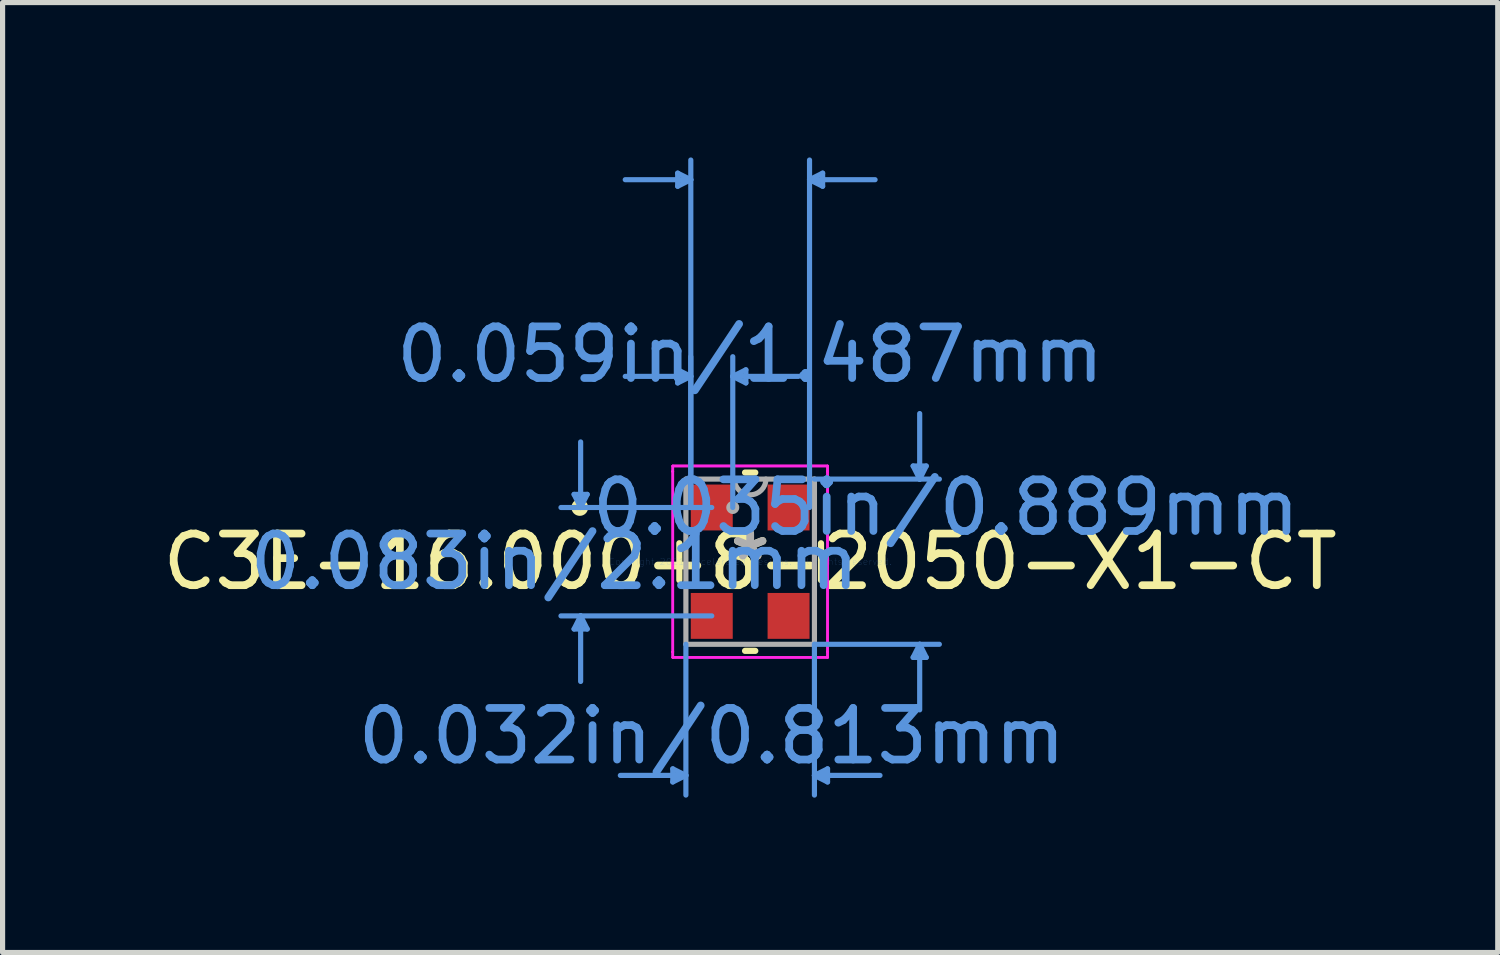
<source format=kicad_pcb>
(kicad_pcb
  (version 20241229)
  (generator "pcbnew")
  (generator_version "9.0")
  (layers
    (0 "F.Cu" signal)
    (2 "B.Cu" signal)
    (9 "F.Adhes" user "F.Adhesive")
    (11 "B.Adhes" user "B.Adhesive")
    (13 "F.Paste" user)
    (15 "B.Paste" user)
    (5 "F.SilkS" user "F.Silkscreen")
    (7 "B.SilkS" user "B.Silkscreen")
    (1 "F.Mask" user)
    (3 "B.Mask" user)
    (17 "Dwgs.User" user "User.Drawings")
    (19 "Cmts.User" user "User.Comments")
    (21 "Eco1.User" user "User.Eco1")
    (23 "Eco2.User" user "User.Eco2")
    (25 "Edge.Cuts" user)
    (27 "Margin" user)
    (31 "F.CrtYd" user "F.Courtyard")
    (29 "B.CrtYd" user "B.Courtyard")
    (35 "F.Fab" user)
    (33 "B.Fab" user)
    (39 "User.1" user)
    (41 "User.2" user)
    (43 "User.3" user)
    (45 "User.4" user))
  (footprint "C3E-16.000-8-2050-X1-CT"
    (layer "F.Cu")
    (at 11.482 7.831)
    (property "Reference" "C3E-16.000-8-2050-X1-CT" (at 0 0 0) (layer "F.SilkS") (effects (font (size 1 1) (thickness 0.15))))
    (attr through_hole)
    (fp_line (start -1.372 -0.357) (end -1.372 0.357) (stroke (width 0.12) (type solid)) (layer "F.SilkS"))
    (fp_line (start -0.099 1.727) (end 0.099 1.727) (stroke (width 0.12) (type solid)) (layer "F.SilkS"))
    (fp_line (start 0.099 -1.727) (end -0.099 -1.727) (stroke (width 0.12) (type solid)) (layer "F.SilkS"))
    (fp_line (start 1.372 0.357) (end 1.372 -0.357) (stroke (width 0.12) (type solid)) (layer "F.SilkS"))
    (fp_circle (center -3.301 -1.05) (end -3.199 -1.05) (stroke (width 0.12) (type solid)) (fill no) (layer "F.SilkS"))
    (fp_line (start -3.411 -1.304) (end -3.157 -1.304) (stroke (width 0.1) (type solid)) (layer "Cmts.User"))
    (fp_line (start -3.411 1.304) (end -3.157 1.304) (stroke (width 0.1) (type solid)) (layer "Cmts.User"))
    (fp_line (start -3.284 -1.05) (end -3.411 -1.304) (stroke (width 0.1) (type solid)) (layer "Cmts.User"))
    (fp_line (start -3.284 -1.05) (end -3.284 -2.32) (stroke (width 0.1) (type solid)) (layer "Cmts.User"))
    (fp_line (start -3.284 -1.05) (end -3.157 -1.304) (stroke (width 0.1) (type solid)) (layer "Cmts.User"))
    (fp_line (start -3.284 1.05) (end -3.411 1.304) (stroke (width 0.1) (type solid)) (layer "Cmts.User"))
    (fp_line (start -3.284 1.05) (end -3.284 2.32) (stroke (width 0.1) (type solid)) (layer "Cmts.User"))
    (fp_line (start -3.284 1.05) (end -3.157 1.304) (stroke (width 0.1) (type solid)) (layer "Cmts.User"))
    (fp_line (start -1.499 4.013) (end -1.499 4.267) (stroke (width 0.1) (type solid)) (layer "Cmts.User"))
    (fp_line (start -1.404 -7.527) (end -1.404 -7.273) (stroke (width 0.1) (type solid)) (layer "Cmts.User"))
    (fp_line (start -1.404 -3.717) (end -1.404 -3.463) (stroke (width 0.1) (type solid)) (layer "Cmts.User"))
    (fp_line (start -1.245 1.6) (end -1.245 4.521) (stroke (width 0.1) (type solid)) (layer "Cmts.User"))
    (fp_line (start -1.245 4.14) (end -2.515 4.14) (stroke (width 0.1) (type solid)) (layer "Cmts.User"))
    (fp_line (start -1.245 4.14) (end -1.499 4.013) (stroke (width 0.1) (type solid)) (layer "Cmts.User"))
    (fp_line (start -1.245 4.14) (end -1.499 4.267) (stroke (width 0.1) (type solid)) (layer "Cmts.User"))
    (fp_line (start -1.15 -7.4) (end -2.42 -7.4) (stroke (width 0.1) (type solid)) (layer "Cmts.User"))
    (fp_line (start -1.15 -7.4) (end -1.404 -7.527) (stroke (width 0.1) (type solid)) (layer "Cmts.User"))
    (fp_line (start -1.15 -7.4) (end -1.404 -7.273) (stroke (width 0.1) (type solid)) (layer "Cmts.User"))
    (fp_line (start -1.15 -3.59) (end -2.42 -3.59) (stroke (width 0.1) (type solid)) (layer "Cmts.User"))
    (fp_line (start -1.15 -3.59) (end -1.404 -3.717) (stroke (width 0.1) (type solid)) (layer "Cmts.User"))
    (fp_line (start -1.15 -3.59) (end -1.404 -3.463) (stroke (width 0.1) (type solid)) (layer "Cmts.User"))
    (fp_line (start -1.15 -1.05) (end -1.15 -7.781) (stroke (width 0.1) (type solid)) (layer "Cmts.User"))
    (fp_line (start -1.15 -1.05) (end -1.15 -3.971) (stroke (width 0.1) (type solid)) (layer "Cmts.User"))
    (fp_line (start -0.744 -1.05) (end -3.665 -1.05) (stroke (width 0.1) (type solid)) (layer "Cmts.User"))
    (fp_line (start -0.744 1.05) (end -3.665 1.05) (stroke (width 0.1) (type solid)) (layer "Cmts.User"))
    (fp_line (start -0.337 -3.59) (end -0.083 -3.717) (stroke (width 0.1) (type solid)) (layer "Cmts.User"))
    (fp_line (start -0.337 -3.59) (end -0.083 -3.463) (stroke (width 0.1) (type solid)) (layer "Cmts.User"))
    (fp_line (start -0.337 -3.59) (end 0.933 -3.59) (stroke (width 0.1) (type solid)) (layer "Cmts.User"))
    (fp_line (start -0.337 -1.05) (end -0.337 -3.971) (stroke (width 0.1) (type solid)) (layer "Cmts.User"))
    (fp_line (start -0.083 -3.717) (end -0.083 -3.463) (stroke (width 0.1) (type solid)) (layer "Cmts.User"))
    (fp_line (start 1.15 -7.4) (end 1.404 -7.527) (stroke (width 0.1) (type solid)) (layer "Cmts.User"))
    (fp_line (start 1.15 -7.4) (end 1.404 -7.273) (stroke (width 0.1) (type solid)) (layer "Cmts.User"))
    (fp_line (start 1.15 -7.4) (end 2.42 -7.4) (stroke (width 0.1) (type solid)) (layer "Cmts.User"))
    (fp_line (start 1.15 -1.05) (end 1.15 -7.781) (stroke (width 0.1) (type solid)) (layer "Cmts.User"))
    (fp_line (start 1.245 -1.6) (end 3.665 -1.6) (stroke (width 0.1) (type solid)) (layer "Cmts.User"))
    (fp_line (start 1.245 1.6) (end 1.245 4.521) (stroke (width 0.1) (type solid)) (layer "Cmts.User"))
    (fp_line (start 1.245 1.6) (end 3.665 1.6) (stroke (width 0.1) (type solid)) (layer "Cmts.User"))
    (fp_line (start 1.245 4.14) (end 1.499 4.013) (stroke (width 0.1) (type solid)) (layer "Cmts.User"))
    (fp_line (start 1.245 4.14) (end 1.499 4.267) (stroke (width 0.1) (type solid)) (layer "Cmts.User"))
    (fp_line (start 1.245 4.14) (end 2.515 4.14) (stroke (width 0.1) (type solid)) (layer "Cmts.User"))
    (fp_line (start 1.404 -7.527) (end 1.404 -7.273) (stroke (width 0.1) (type solid)) (layer "Cmts.User"))
    (fp_line (start 1.499 4.013) (end 1.499 4.267) (stroke (width 0.1) (type solid)) (layer "Cmts.User"))
    (fp_line (start 3.157 -1.854) (end 3.411 -1.854) (stroke (width 0.1) (type solid)) (layer "Cmts.User"))
    (fp_line (start 3.157 1.854) (end 3.411 1.854) (stroke (width 0.1) (type solid)) (layer "Cmts.User"))
    (fp_line (start 3.284 -1.6) (end 3.157 -1.854) (stroke (width 0.1) (type solid)) (layer "Cmts.User"))
    (fp_line (start 3.284 -1.6) (end 3.284 -2.87) (stroke (width 0.1) (type solid)) (layer "Cmts.User"))
    (fp_line (start 3.284 -1.6) (end 3.411 -1.854) (stroke (width 0.1) (type solid)) (layer "Cmts.User"))
    (fp_line (start 3.284 1.6) (end 3.157 1.854) (stroke (width 0.1) (type solid)) (layer "Cmts.User"))
    (fp_line (start 3.284 1.6) (end 3.284 2.87) (stroke (width 0.1) (type solid)) (layer "Cmts.User"))
    (fp_line (start 3.284 1.6) (end 3.411 1.854) (stroke (width 0.1) (type solid)) (layer "Cmts.User"))
    (fp_line (start -1.499 -1.854) (end 1.499 -1.854) (stroke (width 0.05) (type solid)) (layer "F.CrtYd"))
    (fp_line (start -1.499 -1.854) (end 1.499 -1.854) (stroke (width 0.05) (type solid)) (layer "F.CrtYd"))
    (fp_line (start -1.499 -1.748) (end -1.499 -1.854) (stroke (width 0.05) (type solid)) (layer "F.CrtYd"))
    (fp_line (start -1.499 -1.748) (end -1.499 -1.854) (stroke (width 0.05) (type solid)) (layer "F.CrtYd"))
    (fp_line (start -1.499 -1.748) (end -1.499 -1.748) (stroke (width 0.05) (type solid)) (layer "F.CrtYd"))
    (fp_line (start -1.499 -1.748) (end -1.499 -1.748) (stroke (width 0.05) (type solid)) (layer "F.CrtYd"))
    (fp_line (start -1.499 1.748) (end -1.499 -1.748) (stroke (width 0.05) (type solid)) (layer "F.CrtYd"))
    (fp_line (start -1.499 1.748) (end -1.499 -1.748) (stroke (width 0.05) (type solid)) (layer "F.CrtYd"))
    (fp_line (start -1.499 1.748) (end -1.499 1.748) (stroke (width 0.05) (type solid)) (layer "F.CrtYd"))
    (fp_line (start -1.499 1.748) (end -1.499 1.748) (stroke (width 0.05) (type solid)) (layer "F.CrtYd"))
    (fp_line (start -1.499 1.854) (end -1.499 1.748) (stroke (width 0.05) (type solid)) (layer "F.CrtYd"))
    (fp_line (start -1.499 1.854) (end -1.499 1.748) (stroke (width 0.05) (type solid)) (layer "F.CrtYd"))
    (fp_line (start 1.499 -1.854) (end 1.499 -1.748) (stroke (width 0.05) (type solid)) (layer "F.CrtYd"))
    (fp_line (start 1.499 -1.854) (end 1.499 -1.748) (stroke (width 0.05) (type solid)) (layer "F.CrtYd"))
    (fp_line (start 1.499 -1.748) (end 1.499 -1.748) (stroke (width 0.05) (type solid)) (layer "F.CrtYd"))
    (fp_line (start 1.499 -1.748) (end 1.499 -1.748) (stroke (width 0.05) (type solid)) (layer "F.CrtYd"))
    (fp_line (start 1.499 -1.748) (end 1.499 1.748) (stroke (width 0.05) (type solid)) (layer "F.CrtYd"))
    (fp_line (start 1.499 -1.748) (end 1.499 1.748) (stroke (width 0.05) (type solid)) (layer "F.CrtYd"))
    (fp_line (start 1.499 1.748) (end 1.499 1.748) (stroke (width 0.05) (type solid)) (layer "F.CrtYd"))
    (fp_line (start 1.499 1.748) (end 1.499 1.748) (stroke (width 0.05) (type solid)) (layer "F.CrtYd"))
    (fp_line (start 1.499 1.748) (end 1.499 1.854) (stroke (width 0.05) (type solid)) (layer "F.CrtYd"))
    (fp_line (start 1.499 1.748) (end 1.499 1.854) (stroke (width 0.05) (type solid)) (layer "F.CrtYd"))
    (fp_line (start 1.499 1.854) (end -1.499 1.854) (stroke (width 0.05) (type solid)) (layer "F.CrtYd"))
    (fp_line (start 1.499 1.854) (end -1.499 1.854) (stroke (width 0.05) (type solid)) (layer "F.CrtYd"))
    (fp_line (start -1.245 -1.6) (end -1.245 1.6) (stroke (width 0.1) (type solid)) (layer "F.Fab"))
    (fp_line (start -1.245 1.6) (end 1.245 1.6) (stroke (width 0.1) (type solid)) (layer "F.Fab"))
    (fp_line (start 1.245 -1.6) (end -1.245 -1.6) (stroke (width 0.1) (type solid)) (layer "F.Fab"))
    (fp_line (start 1.245 1.6) (end 1.245 -1.6) (stroke (width 0.1) (type solid)) (layer "F.Fab"))
    (fp_arc (start 0.3048 -1.6002) (mid 0 -1.2954) (end -0.3048 -1.6002) (stroke (width 0.1) (type solid)) (layer "F.Fab"))
    (fp_circle (center -0.337 -1.05) (end -0.261 -1.05) (stroke (width 0.1) (type solid)) (fill no) (layer "F.Fab"))
    (fp_text user "*" (at 0 0 0) (layer "F.SilkS") (effects (font (size 1 1) (thickness 0.15))))
    (fp_text user "0.035in/0.889mm" (at 3.792 -1.05 0) (layer "Cmts.User") (effects (font (size 1 1) (thickness 0.15))))
    (fp_text user "Copyright 2021 Accelerated Designs. All rights reserved." (at 0 0 0) (layer "Cmts.User") (effects (font (size 0.127 0.127) (thickness 0.002))))
    (fp_text user "0.032in/0.813mm" (at -0.744 3.378 0) (layer "Cmts.User") (effects (font (size 1 1) (thickness 0.15))))
    (fp_text user "0.059in/1.487mm" (at 0 -4.013 0) (layer "Cmts.User") (effects (font (size 1 1) (thickness 0.15))))
    (fp_text user "0.083in/2.1mm" (at -3.792 0 0) (layer "Cmts.User") (effects (font (size 1 1) (thickness 0.15))))
    (fp_text user "*" (at 0 0 0) (layer "F.Fab") (effects (font (size 1 1) (thickness 0.15))))
    (pad "1" smd rect (at -0.744 -1.05) (size 0.813 0.889) (layers "F.Cu" "F.Mask" "F.Paste"))
    (pad "2" smd rect (at -0.744 1.05) (size 0.813 0.889) (layers "F.Cu" "F.Mask" "F.Paste"))
    (pad "3" smd rect (at 0.744 1.05) (size 0.813 0.889) (layers "F.Cu" "F.Mask" "F.Paste"))
    (pad "4" smd rect (at 0.744 -1.05) (size 0.813 0.889) (layers "F.Cu" "F.Mask" "F.Paste")))
  (gr_rect
    (start -3 -3)
    (end 25.964 15.402)
    (stroke (width 0.1) (type default))
    (fill no)
    (layer "Edge.Cuts")))
</source>
